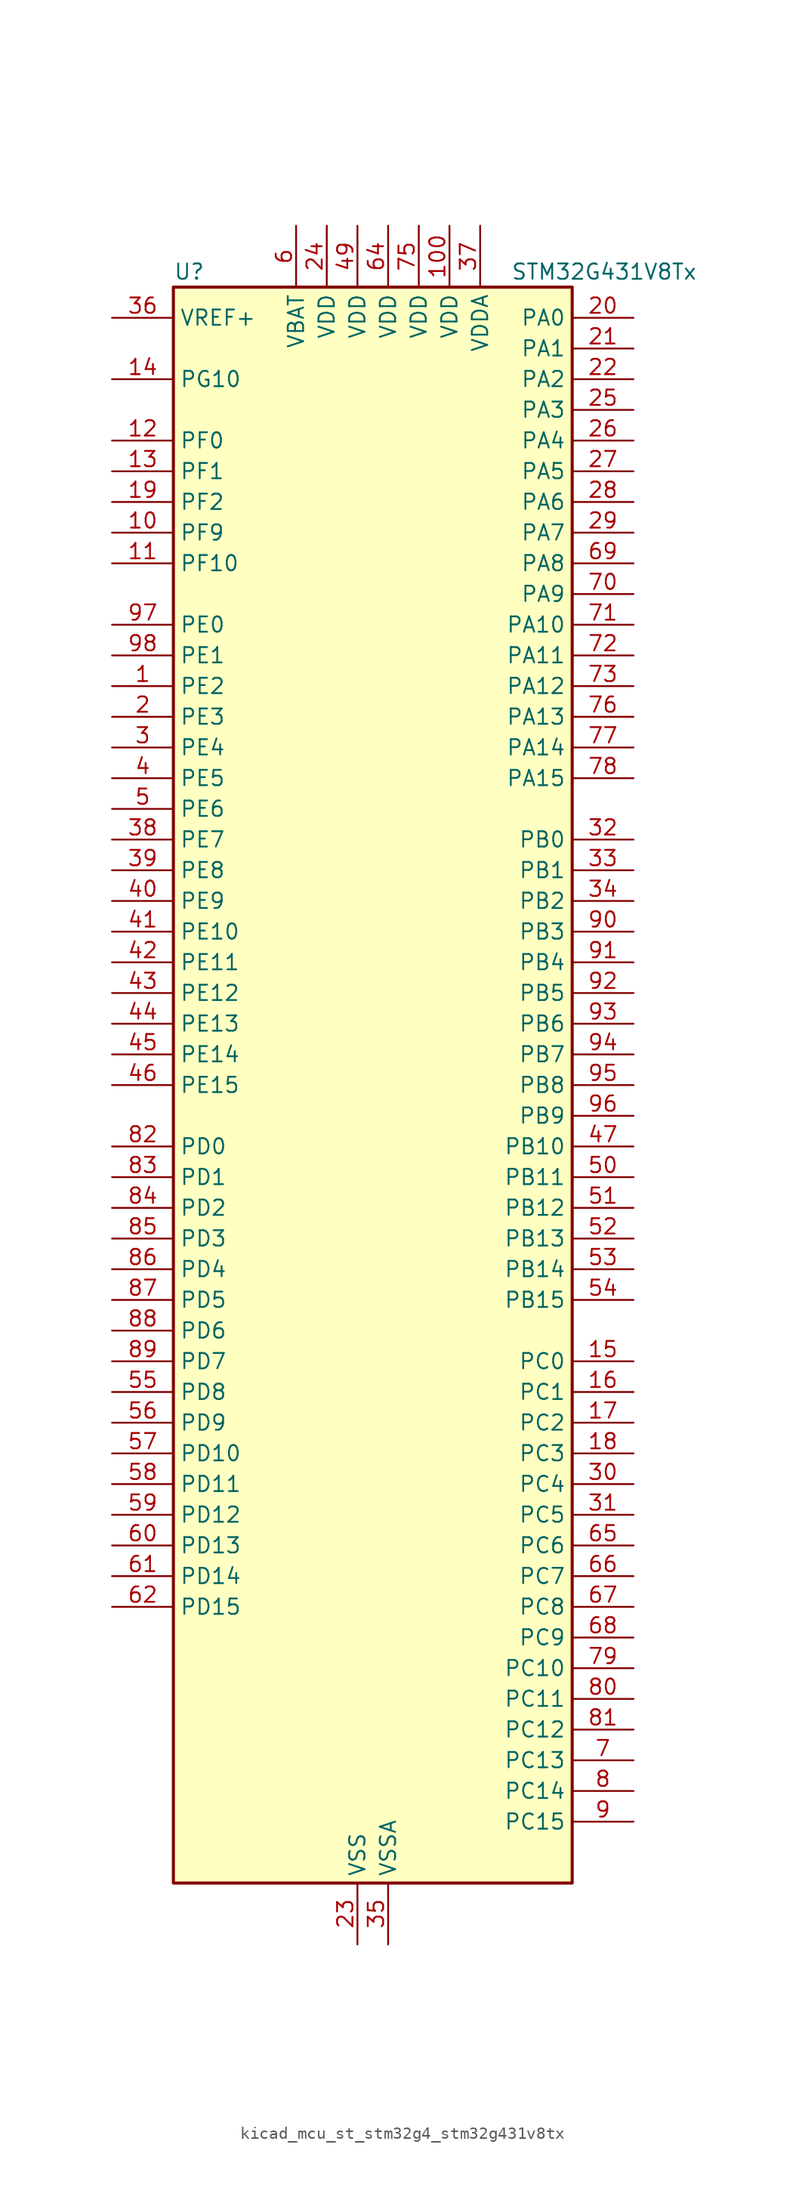
<source format=kicad_sym>
(kicad_symbol_lib
  (version 20220914)
  (generator kicad_symbol_editor)
  (symbol "kicad_mcu_st_stm32g4_stm32g431v8tx"
    (property "Reference" "U"
      (at -15.24 67.31 0)
      (effects (font (size 1.27 1.27)) (justify left)))
    (property "Value" "STM32G431V8Tx"
      (at 12.7 67.31 0)
      (effects (font (size 1.27 1.27)) (justify left)))
    (property "ki_locked" ""
      (at 0 0 0)
      (effects (font (size 1.27 1.27))))
    (symbol "kicad_mcu_st_stm32g4_stm32g431v8tx_0_1"
      (rectangle (start -15.24 -66.04) (end 17.78 66.04) (stroke (width 0.254) (type default)) (fill (type background))))
    (symbol "kicad_mcu_st_stm32g4_stm32g431v8tx_1_1"
      (pin bidirectional line (at -20.32 33.02 0) (length 5.08) (name "PE2" (effects (font (size 1.27 1.27)))) (number "1" (effects (font (size 1.27 1.27)))) (alternate "SAI1_CK1" bidirectional line) (alternate "SAI1_MCLK_A" bidirectional line) (alternate "SYS_TRACECLK" bidirectional line) (alternate "TIM3_CH1" bidirectional line))
      (pin bidirectional line (at -20.32 45.72 0) (length 5.08) (name "PF9" (effects (font (size 1.27 1.27)))) (number "10" (effects (font (size 1.27 1.27)))) (alternate "DAC1_EXTI9" bidirectional line) (alternate "DAC3_EXTI9" bidirectional line) (alternate "SAI1_FS_B" bidirectional line) (alternate "SPI2_SCK" bidirectional line) (alternate "TIM15_CH1" bidirectional line))
      (pin power_in line (at 7.62 71.12 270) (length 5.08) (name "VDD" (effects (font (size 1.27 1.27)))) (number "100" (effects (font (size 1.27 1.27)))))
      (pin bidirectional line (at -20.32 43.18 0) (length 5.08) (name "PF10" (effects (font (size 1.27 1.27)))) (number "11" (effects (font (size 1.27 1.27)))) (alternate "DAC1_EXTI10" bidirectional line) (alternate "DAC3_EXTI10" bidirectional line) (alternate "SAI1_D3" bidirectional line) (alternate "SPI2_SCK" bidirectional line) (alternate "TIM15_CH2" bidirectional line))
      (pin bidirectional line (at -20.32 53.34 0) (length 5.08) (name "PF0" (effects (font (size 1.27 1.27)))) (number "12" (effects (font (size 1.27 1.27)))) (alternate "ADC1_IN10" bidirectional line) (alternate "I2C2_SDA" bidirectional line) (alternate "I2S2_WS" bidirectional line) (alternate "RCC_OSC_IN" bidirectional line) (alternate "SPI2_NSS" bidirectional line) (alternate "TIM1_CH3N" bidirectional line))
      (pin bidirectional line (at -20.32 50.8 0) (length 5.08) (name "PF1" (effects (font (size 1.27 1.27)))) (number "13" (effects (font (size 1.27 1.27)))) (alternate "ADC2_IN10" bidirectional line) (alternate "COMP3_INM" bidirectional line) (alternate "I2S2_CK" bidirectional line) (alternate "RCC_OSC_OUT" bidirectional line) (alternate "SPI2_SCK" bidirectional line))
      (pin bidirectional line (at -20.32 58.42 0) (length 5.08) (name "PG10" (effects (font (size 1.27 1.27)))) (number "14" (effects (font (size 1.27 1.27)))) (alternate "DAC1_EXTI10" bidirectional line) (alternate "DAC3_EXTI10" bidirectional line) (alternate "RCC_MCO" bidirectional line))
      (pin bidirectional line (at 22.86 -22.86 180) (length 5.08) (name "PC0" (effects (font (size 1.27 1.27)))) (number "15" (effects (font (size 1.27 1.27)))) (alternate "ADC1_IN6" bidirectional line) (alternate "ADC2_IN6" bidirectional line) (alternate "COMP3_INM" bidirectional line) (alternate "LPTIM1_IN1" bidirectional line) (alternate "LPUART1_RX" bidirectional line) (alternate "TIM1_CH1" bidirectional line))
      (pin bidirectional line (at 22.86 -25.4 180) (length 5.08) (name "PC1" (effects (font (size 1.27 1.27)))) (number "16" (effects (font (size 1.27 1.27)))) (alternate "ADC1_IN7" bidirectional line) (alternate "ADC2_IN7" bidirectional line) (alternate "COMP3_INP" bidirectional line) (alternate "LPTIM1_OUT" bidirectional line) (alternate "LPUART1_TX" bidirectional line) (alternate "SAI1_SD_A" bidirectional line) (alternate "TIM1_CH2" bidirectional line))
      (pin bidirectional line (at 22.86 -27.94 180) (length 5.08) (name "PC2" (effects (font (size 1.27 1.27)))) (number "17" (effects (font (size 1.27 1.27)))) (alternate "ADC1_IN8" bidirectional line) (alternate "ADC2_IN8" bidirectional line) (alternate "COMP3_OUT" bidirectional line) (alternate "LPTIM1_IN2" bidirectional line) (alternate "TIM1_CH3" bidirectional line))
      (pin bidirectional line (at 22.86 -30.48 180) (length 5.08) (name "PC3" (effects (font (size 1.27 1.27)))) (number "18" (effects (font (size 1.27 1.27)))) (alternate "ADC1_IN9" bidirectional line) (alternate "ADC2_IN9" bidirectional line) (alternate "LPTIM1_ETR" bidirectional line) (alternate "SAI1_D1" bidirectional line) (alternate "SAI1_SD_A" bidirectional line) (alternate "TIM1_BKIN2" bidirectional line) (alternate "TIM1_CH4" bidirectional line))
      (pin bidirectional line (at -20.32 48.26 0) (length 5.08) (name "PF2" (effects (font (size 1.27 1.27)))) (number "19" (effects (font (size 1.27 1.27)))) (alternate "I2C2_SMBA" bidirectional line))
      (pin bidirectional line (at -20.32 30.48 0) (length 5.08) (name "PE3" (effects (font (size 1.27 1.27)))) (number "2" (effects (font (size 1.27 1.27)))) (alternate "SAI1_SD_B" bidirectional line) (alternate "SYS_TRACED0" bidirectional line) (alternate "TIM3_CH2" bidirectional line))
      (pin bidirectional line (at 22.86 63.5 180) (length 5.08) (name "PA0" (effects (font (size 1.27 1.27)))) (number "20" (effects (font (size 1.27 1.27)))) (alternate "ADC1_IN1" bidirectional line) (alternate "ADC2_IN1" bidirectional line) (alternate "COMP1_INM" bidirectional line) (alternate "COMP1_OUT" bidirectional line) (alternate "COMP3_INP" bidirectional line) (alternate "RTC_TAMP2" bidirectional line) (alternate "SYS_WKUP1" bidirectional line) (alternate "TIM2_CH1" bidirectional line) (alternate "TIM2_ETR" bidirectional line) (alternate "TIM8_BKIN" bidirectional line) (alternate "TIM8_ETR" bidirectional line) (alternate "USART2_CTS" bidirectional line) (alternate "USART2_NSS" bidirectional line))
      (pin bidirectional line (at 22.86 60.96 180) (length 5.08) (name "PA1" (effects (font (size 1.27 1.27)))) (number "21" (effects (font (size 1.27 1.27)))) (alternate "ADC1_IN2" bidirectional line) (alternate "ADC2_IN2" bidirectional line) (alternate "COMP1_INP" bidirectional line) (alternate "OPAMP1_VINP" bidirectional line) (alternate "OPAMP1_VINP_SEC" bidirectional line) (alternate "OPAMP3_VINP" bidirectional line) (alternate "OPAMP3_VINP_SEC" bidirectional line) (alternate "RTC_REFIN" bidirectional line) (alternate "TIM15_CH1N" bidirectional line) (alternate "TIM2_CH2" bidirectional line) (alternate "USART2_DE" bidirectional line) (alternate "USART2_RTS" bidirectional line))
      (pin bidirectional line (at 22.86 58.42 180) (length 5.08) (name "PA2" (effects (font (size 1.27 1.27)))) (number "22" (effects (font (size 1.27 1.27)))) (alternate "ADC1_IN3" bidirectional line) (alternate "COMP2_INM" bidirectional line) (alternate "COMP2_OUT" bidirectional line) (alternate "LPUART1_TX" bidirectional line) (alternate "OPAMP1_VOUT" bidirectional line) (alternate "RCC_LSCO" bidirectional line) (alternate "SYS_WKUP4" bidirectional line) (alternate "TIM15_CH1" bidirectional line) (alternate "TIM2_CH3" bidirectional line) (alternate "UCPD1_FRSTX1" bidirectional line) (alternate "UCPD1_FRSTX2" bidirectional line) (alternate "USART2_TX" bidirectional line))
      (pin power_in line (at 0 -71.12 90) (length 5.08) (name "VSS" (effects (font (size 1.27 1.27)))) (number "23" (effects (font (size 1.27 1.27)))))
      (pin power_in line (at -2.54 71.12 270) (length 5.08) (name "VDD" (effects (font (size 1.27 1.27)))) (number "24" (effects (font (size 1.27 1.27)))))
      (pin bidirectional line (at 22.86 55.88 180) (length 5.08) (name "PA3" (effects (font (size 1.27 1.27)))) (number "25" (effects (font (size 1.27 1.27)))) (alternate "ADC1_IN4" bidirectional line) (alternate "COMP2_INP" bidirectional line) (alternate "LPUART1_RX" bidirectional line) (alternate "OPAMP1_VINM" bidirectional line) (alternate "OPAMP1_VINM0" bidirectional line) (alternate "OPAMP1_VINM_SEC" bidirectional line) (alternate "OPAMP1_VINP" bidirectional line) (alternate "OPAMP1_VINP_SEC" bidirectional line) (alternate "SAI1_CK1" bidirectional line) (alternate "SAI1_MCLK_A" bidirectional line) (alternate "TIM15_CH2" bidirectional line) (alternate "TIM2_CH4" bidirectional line) (alternate "USART2_RX" bidirectional line))
      (pin bidirectional line (at 22.86 53.34 180) (length 5.08) (name "PA4" (effects (font (size 1.27 1.27)))) (number "26" (effects (font (size 1.27 1.27)))) (alternate "ADC2_IN17" bidirectional line) (alternate "COMP1_INM" bidirectional line) (alternate "DAC1_OUT1" bidirectional line) (alternate "I2S3_WS" bidirectional line) (alternate "SAI1_FS_B" bidirectional line) (alternate "SPI1_NSS" bidirectional line) (alternate "SPI3_NSS" bidirectional line) (alternate "TIM3_CH2" bidirectional line) (alternate "USART2_CK" bidirectional line))
      (pin bidirectional line (at 22.86 50.8 180) (length 5.08) (name "PA5" (effects (font (size 1.27 1.27)))) (number "27" (effects (font (size 1.27 1.27)))) (alternate "ADC2_IN13" bidirectional line) (alternate "COMP2_INM" bidirectional line) (alternate "DAC1_OUT2" bidirectional line) (alternate "OPAMP2_VINM" bidirectional line) (alternate "OPAMP2_VINM0" bidirectional line) (alternate "OPAMP2_VINM_SEC" bidirectional line) (alternate "SPI1_SCK" bidirectional line) (alternate "TIM2_CH1" bidirectional line) (alternate "TIM2_ETR" bidirectional line) (alternate "UCPD1_FRSTX1" bidirectional line) (alternate "UCPD1_FRSTX2" bidirectional line))
      (pin bidirectional line (at 22.86 48.26 180) (length 5.08) (name "PA6" (effects (font (size 1.27 1.27)))) (number "28" (effects (font (size 1.27 1.27)))) (alternate "ADC2_IN3" bidirectional line) (alternate "COMP1_OUT" bidirectional line) (alternate "LPUART1_CTS" bidirectional line) (alternate "OPAMP2_VOUT" bidirectional line) (alternate "SPI1_MISO" bidirectional line) (alternate "TIM16_CH1" bidirectional line) (alternate "TIM1_BKIN" bidirectional line) (alternate "TIM3_CH1" bidirectional line) (alternate "TIM8_BKIN" bidirectional line))
      (pin bidirectional line (at 22.86 45.72 180) (length 5.08) (name "PA7" (effects (font (size 1.27 1.27)))) (number "29" (effects (font (size 1.27 1.27)))) (alternate "ADC2_IN4" bidirectional line) (alternate "COMP2_INP" bidirectional line) (alternate "COMP2_OUT" bidirectional line) (alternate "OPAMP1_VINP" bidirectional line) (alternate "OPAMP1_VINP_SEC" bidirectional line) (alternate "OPAMP2_VINP" bidirectional line) (alternate "OPAMP2_VINP_SEC" bidirectional line) (alternate "SPI1_MOSI" bidirectional line) (alternate "TIM17_CH1" bidirectional line) (alternate "TIM1_CH1N" bidirectional line) (alternate "TIM3_CH2" bidirectional line) (alternate "TIM8_CH1N" bidirectional line) (alternate "UCPD1_FRSTX1" bidirectional line) (alternate "UCPD1_FRSTX2" bidirectional line))
      (pin bidirectional line (at -20.32 27.94 0) (length 5.08) (name "PE4" (effects (font (size 1.27 1.27)))) (number "3" (effects (font (size 1.27 1.27)))) (alternate "SAI1_D2" bidirectional line) (alternate "SAI1_FS_A" bidirectional line) (alternate "SYS_TRACED1" bidirectional line) (alternate "TIM3_CH3" bidirectional line))
      (pin bidirectional line (at 22.86 -33.02 180) (length 5.08) (name "PC4" (effects (font (size 1.27 1.27)))) (number "30" (effects (font (size 1.27 1.27)))) (alternate "ADC2_IN5" bidirectional line) (alternate "I2C2_SCL" bidirectional line) (alternate "TIM1_ETR" bidirectional line) (alternate "USART1_TX" bidirectional line))
      (pin bidirectional line (at 22.86 -35.56 180) (length 5.08) (name "PC5" (effects (font (size 1.27 1.27)))) (number "31" (effects (font (size 1.27 1.27)))) (alternate "ADC2_IN11" bidirectional line) (alternate "OPAMP1_VINM" bidirectional line) (alternate "OPAMP1_VINM1" bidirectional line) (alternate "OPAMP1_VINM_SEC" bidirectional line) (alternate "OPAMP2_VINM" bidirectional line) (alternate "OPAMP2_VINM1" bidirectional line) (alternate "OPAMP2_VINM_SEC" bidirectional line) (alternate "SAI1_D3" bidirectional line) (alternate "SYS_WKUP5" bidirectional line) (alternate "TIM15_BKIN" bidirectional line) (alternate "TIM1_CH4N" bidirectional line) (alternate "USART1_RX" bidirectional line))
      (pin bidirectional line (at 22.86 20.32 180) (length 5.08) (name "PB0" (effects (font (size 1.27 1.27)))) (number "32" (effects (font (size 1.27 1.27)))) (alternate "ADC1_IN15" bidirectional line) (alternate "COMP4_INP" bidirectional line) (alternate "OPAMP2_VINP" bidirectional line) (alternate "OPAMP2_VINP_SEC" bidirectional line) (alternate "OPAMP3_VINP" bidirectional line) (alternate "OPAMP3_VINP_SEC" bidirectional line) (alternate "TIM1_CH2N" bidirectional line) (alternate "TIM3_CH3" bidirectional line) (alternate "TIM8_CH2N" bidirectional line) (alternate "UCPD1_FRSTX1" bidirectional line) (alternate "UCPD1_FRSTX2" bidirectional line))
      (pin bidirectional line (at 22.86 17.78 180) (length 5.08) (name "PB1" (effects (font (size 1.27 1.27)))) (number "33" (effects (font (size 1.27 1.27)))) (alternate "ADC1_IN12" bidirectional line) (alternate "COMP1_INP" bidirectional line) (alternate "COMP4_OUT" bidirectional line) (alternate "LPUART1_DE" bidirectional line) (alternate "LPUART1_RTS" bidirectional line) (alternate "OPAMP3_VOUT" bidirectional line) (alternate "TIM1_CH3N" bidirectional line) (alternate "TIM3_CH4" bidirectional line) (alternate "TIM8_CH3N" bidirectional line))
      (pin bidirectional line (at 22.86 15.24 180) (length 5.08) (name "PB2" (effects (font (size 1.27 1.27)))) (number "34" (effects (font (size 1.27 1.27)))) (alternate "ADC2_IN12" bidirectional line) (alternate "COMP4_INM" bidirectional line) (alternate "I2C3_SMBA" bidirectional line) (alternate "LPTIM1_OUT" bidirectional line) (alternate "OPAMP3_VINM" bidirectional line) (alternate "OPAMP3_VINM0" bidirectional line) (alternate "OPAMP3_VINM_SEC" bidirectional line) (alternate "RTC_OUT2" bidirectional line))
      (pin power_in line (at 2.54 -71.12 90) (length 5.08) (name "VSSA" (effects (font (size 1.27 1.27)))) (number "35" (effects (font (size 1.27 1.27)))))
      (pin input line (at -20.32 63.5 0) (length 5.08) (name "VREF+" (effects (font (size 1.27 1.27)))) (number "36" (effects (font (size 1.27 1.27)))) (alternate "VREFBUF_OUT" bidirectional line))
      (pin power_in line (at 10.16 71.12 270) (length 5.08) (name "VDDA" (effects (font (size 1.27 1.27)))) (number "37" (effects (font (size 1.27 1.27)))))
      (pin bidirectional line (at -20.32 20.32 0) (length 5.08) (name "PE7" (effects (font (size 1.27 1.27)))) (number "38" (effects (font (size 1.27 1.27)))) (alternate "COMP4_INP" bidirectional line) (alternate "SAI1_SD_B" bidirectional line) (alternate "TIM1_ETR" bidirectional line))
      (pin bidirectional line (at -20.32 17.78 0) (length 5.08) (name "PE8" (effects (font (size 1.27 1.27)))) (number "39" (effects (font (size 1.27 1.27)))) (alternate "COMP4_INM" bidirectional line) (alternate "SAI1_SCK_B" bidirectional line) (alternate "TIM1_CH1N" bidirectional line))
      (pin bidirectional line (at -20.32 25.4 0) (length 5.08) (name "PE5" (effects (font (size 1.27 1.27)))) (number "4" (effects (font (size 1.27 1.27)))) (alternate "SAI1_CK2" bidirectional line) (alternate "SAI1_SCK_A" bidirectional line) (alternate "SYS_TRACED2" bidirectional line) (alternate "TIM3_CH4" bidirectional line))
      (pin bidirectional line (at -20.32 15.24 0) (length 5.08) (name "PE9" (effects (font (size 1.27 1.27)))) (number "40" (effects (font (size 1.27 1.27)))) (alternate "DAC1_EXTI9" bidirectional line) (alternate "DAC3_EXTI9" bidirectional line) (alternate "SAI1_FS_B" bidirectional line) (alternate "TIM1_CH1" bidirectional line))
      (pin bidirectional line (at -20.32 12.7 0) (length 5.08) (name "PE10" (effects (font (size 1.27 1.27)))) (number "41" (effects (font (size 1.27 1.27)))) (alternate "DAC1_EXTI10" bidirectional line) (alternate "DAC3_EXTI10" bidirectional line) (alternate "SAI1_MCLK_B" bidirectional line) (alternate "TIM1_CH2N" bidirectional line))
      (pin bidirectional line (at -20.32 10.16 0) (length 5.08) (name "PE11" (effects (font (size 1.27 1.27)))) (number "42" (effects (font (size 1.27 1.27)))) (alternate "ADC1_EXTI11" bidirectional line) (alternate "ADC2_EXTI11" bidirectional line) (alternate "TIM1_CH2" bidirectional line))
      (pin bidirectional line (at -20.32 7.62 0) (length 5.08) (name "PE12" (effects (font (size 1.27 1.27)))) (number "43" (effects (font (size 1.27 1.27)))) (alternate "TIM1_CH3N" bidirectional line))
      (pin bidirectional line (at -20.32 5.08 0) (length 5.08) (name "PE13" (effects (font (size 1.27 1.27)))) (number "44" (effects (font (size 1.27 1.27)))) (alternate "TIM1_CH3" bidirectional line))
      (pin bidirectional line (at -20.32 2.54 0) (length 5.08) (name "PE14" (effects (font (size 1.27 1.27)))) (number "45" (effects (font (size 1.27 1.27)))) (alternate "TIM1_BKIN2" bidirectional line) (alternate "TIM1_CH4" bidirectional line))
      (pin bidirectional line (at -20.32 0 0) (length 5.08) (name "PE15" (effects (font (size 1.27 1.27)))) (number "46" (effects (font (size 1.27 1.27)))) (alternate "ADC1_EXTI15" bidirectional line) (alternate "ADC2_EXTI15" bidirectional line) (alternate "TIM1_BKIN" bidirectional line) (alternate "TIM1_CH4N" bidirectional line) (alternate "USART3_RX" bidirectional line))
      (pin bidirectional line (at 22.86 -5.08 180) (length 5.08) (name "PB10" (effects (font (size 1.27 1.27)))) (number "47" (effects (font (size 1.27 1.27)))) (alternate "DAC1_EXTI10" bidirectional line) (alternate "DAC3_EXTI10" bidirectional line) (alternate "LPUART1_RX" bidirectional line) (alternate "OPAMP3_VINM" bidirectional line) (alternate "OPAMP3_VINM1" bidirectional line) (alternate "OPAMP3_VINM_SEC" bidirectional line) (alternate "SAI1_SCK_A" bidirectional line) (alternate "TIM1_BKIN" bidirectional line) (alternate "TIM2_CH3" bidirectional line) (alternate "USART3_TX" bidirectional line))
      (pin passive line (at 0 -71.12 90) (length 5.08) hide (name "VSS" (effects (font (size 1.27 1.27)))) (number "48" (effects (font (size 1.27 1.27)))))
      (pin power_in line (at 0 71.12 270) (length 5.08) (name "VDD" (effects (font (size 1.27 1.27)))) (number "49" (effects (font (size 1.27 1.27)))))
      (pin bidirectional line (at -20.32 22.86 0) (length 5.08) (name "PE6" (effects (font (size 1.27 1.27)))) (number "5" (effects (font (size 1.27 1.27)))) (alternate "RTC_TAMP3" bidirectional line) (alternate "SAI1_D1" bidirectional line) (alternate "SAI1_SD_A" bidirectional line) (alternate "SYS_TRACED3" bidirectional line) (alternate "SYS_WKUP3" bidirectional line))
      (pin bidirectional line (at 22.86 -7.62 180) (length 5.08) (name "PB11" (effects (font (size 1.27 1.27)))) (number "50" (effects (font (size 1.27 1.27)))) (alternate "ADC1_EXTI11" bidirectional line) (alternate "ADC1_IN14" bidirectional line) (alternate "ADC2_EXTI11" bidirectional line) (alternate "ADC2_IN14" bidirectional line) (alternate "LPUART1_TX" bidirectional line) (alternate "TIM2_CH4" bidirectional line) (alternate "USART3_RX" bidirectional line))
      (pin bidirectional line (at 22.86 -10.16 180) (length 5.08) (name "PB12" (effects (font (size 1.27 1.27)))) (number "51" (effects (font (size 1.27 1.27)))) (alternate "ADC1_IN11" bidirectional line) (alternate "I2C2_SMBA" bidirectional line) (alternate "I2S2_WS" bidirectional line) (alternate "LPUART1_DE" bidirectional line) (alternate "LPUART1_RTS" bidirectional line) (alternate "SPI2_NSS" bidirectional line) (alternate "TIM1_BKIN" bidirectional line) (alternate "USART3_CK" bidirectional line))
      (pin bidirectional line (at 22.86 -12.7 180) (length 5.08) (name "PB13" (effects (font (size 1.27 1.27)))) (number "52" (effects (font (size 1.27 1.27)))) (alternate "I2S2_CK" bidirectional line) (alternate "LPUART1_CTS" bidirectional line) (alternate "OPAMP3_VINP" bidirectional line) (alternate "OPAMP3_VINP_SEC" bidirectional line) (alternate "SPI2_SCK" bidirectional line) (alternate "TIM1_CH1N" bidirectional line) (alternate "USART3_CTS" bidirectional line) (alternate "USART3_NSS" bidirectional line))
      (pin bidirectional line (at 22.86 -15.24 180) (length 5.08) (name "PB14" (effects (font (size 1.27 1.27)))) (number "53" (effects (font (size 1.27 1.27)))) (alternate "ADC1_IN5" bidirectional line) (alternate "COMP4_OUT" bidirectional line) (alternate "OPAMP2_VINP" bidirectional line) (alternate "OPAMP2_VINP_SEC" bidirectional line) (alternate "SPI2_MISO" bidirectional line) (alternate "TIM15_CH1" bidirectional line) (alternate "TIM1_CH2N" bidirectional line) (alternate "USART3_DE" bidirectional line) (alternate "USART3_RTS" bidirectional line))
      (pin bidirectional line (at 22.86 -17.78 180) (length 5.08) (name "PB15" (effects (font (size 1.27 1.27)))) (number "54" (effects (font (size 1.27 1.27)))) (alternate "ADC1_EXTI15" bidirectional line) (alternate "ADC2_EXTI15" bidirectional line) (alternate "ADC2_IN15" bidirectional line) (alternate "COMP3_OUT" bidirectional line) (alternate "I2S2_SD" bidirectional line) (alternate "RTC_REFIN" bidirectional line) (alternate "SPI2_MOSI" bidirectional line) (alternate "TIM15_CH1N" bidirectional line) (alternate "TIM15_CH2" bidirectional line) (alternate "TIM1_CH3N" bidirectional line))
      (pin bidirectional line (at -20.32 -25.4 0) (length 5.08) (name "PD8" (effects (font (size 1.27 1.27)))) (number "55" (effects (font (size 1.27 1.27)))) (alternate "USART3_TX" bidirectional line))
      (pin bidirectional line (at -20.32 -27.94 0) (length 5.08) (name "PD9" (effects (font (size 1.27 1.27)))) (number "56" (effects (font (size 1.27 1.27)))) (alternate "DAC1_EXTI9" bidirectional line) (alternate "DAC3_EXTI9" bidirectional line) (alternate "USART3_RX" bidirectional line))
      (pin bidirectional line (at -20.32 -30.48 0) (length 5.08) (name "PD10" (effects (font (size 1.27 1.27)))) (number "57" (effects (font (size 1.27 1.27)))) (alternate "DAC1_EXTI10" bidirectional line) (alternate "DAC3_EXTI10" bidirectional line) (alternate "USART3_CK" bidirectional line))
      (pin bidirectional line (at -20.32 -33.02 0) (length 5.08) (name "PD11" (effects (font (size 1.27 1.27)))) (number "58" (effects (font (size 1.27 1.27)))) (alternate "ADC1_EXTI11" bidirectional line) (alternate "ADC2_EXTI11" bidirectional line) (alternate "USART3_CTS" bidirectional line) (alternate "USART3_NSS" bidirectional line))
      (pin bidirectional line (at -20.32 -35.56 0) (length 5.08) (name "PD12" (effects (font (size 1.27 1.27)))) (number "59" (effects (font (size 1.27 1.27)))) (alternate "TIM4_CH1" bidirectional line) (alternate "USART3_DE" bidirectional line) (alternate "USART3_RTS" bidirectional line))
      (pin power_in line (at -5.08 71.12 270) (length 5.08) (name "VBAT" (effects (font (size 1.27 1.27)))) (number "6" (effects (font (size 1.27 1.27)))))
      (pin bidirectional line (at -20.32 -38.1 0) (length 5.08) (name "PD13" (effects (font (size 1.27 1.27)))) (number "60" (effects (font (size 1.27 1.27)))) (alternate "TIM4_CH2" bidirectional line))
      (pin bidirectional line (at -20.32 -40.64 0) (length 5.08) (name "PD14" (effects (font (size 1.27 1.27)))) (number "61" (effects (font (size 1.27 1.27)))) (alternate "OPAMP2_VINP" bidirectional line) (alternate "OPAMP2_VINP_SEC" bidirectional line) (alternate "TIM4_CH3" bidirectional line))
      (pin bidirectional line (at -20.32 -43.18 0) (length 5.08) (name "PD15" (effects (font (size 1.27 1.27)))) (number "62" (effects (font (size 1.27 1.27)))) (alternate "ADC1_EXTI15" bidirectional line) (alternate "ADC2_EXTI15" bidirectional line) (alternate "SPI2_NSS" bidirectional line) (alternate "TIM4_CH4" bidirectional line))
      (pin passive line (at 0 -71.12 90) (length 5.08) hide (name "VSS" (effects (font (size 1.27 1.27)))) (number "63" (effects (font (size 1.27 1.27)))))
      (pin power_in line (at 2.54 71.12 270) (length 5.08) (name "VDD" (effects (font (size 1.27 1.27)))) (number "64" (effects (font (size 1.27 1.27)))))
      (pin bidirectional line (at 22.86 -38.1 180) (length 5.08) (name "PC6" (effects (font (size 1.27 1.27)))) (number "65" (effects (font (size 1.27 1.27)))) (alternate "I2S2_MCK" bidirectional line) (alternate "TIM3_CH1" bidirectional line) (alternate "TIM8_CH1" bidirectional line))
      (pin bidirectional line (at 22.86 -40.64 180) (length 5.08) (name "PC7" (effects (font (size 1.27 1.27)))) (number "66" (effects (font (size 1.27 1.27)))) (alternate "I2S3_MCK" bidirectional line) (alternate "TIM3_CH2" bidirectional line) (alternate "TIM8_CH2" bidirectional line))
      (pin bidirectional line (at 22.86 -43.18 180) (length 5.08) (name "PC8" (effects (font (size 1.27 1.27)))) (number "67" (effects (font (size 1.27 1.27)))) (alternate "I2C3_SCL" bidirectional line) (alternate "TIM3_CH3" bidirectional line) (alternate "TIM8_CH3" bidirectional line))
      (pin bidirectional line (at 22.86 -45.72 180) (length 5.08) (name "PC9" (effects (font (size 1.27 1.27)))) (number "68" (effects (font (size 1.27 1.27)))) (alternate "DAC1_EXTI9" bidirectional line) (alternate "DAC3_EXTI9" bidirectional line) (alternate "I2C3_SDA" bidirectional line) (alternate "I2S_CKIN" bidirectional line) (alternate "TIM3_CH4" bidirectional line) (alternate "TIM8_BKIN2" bidirectional line) (alternate "TIM8_CH4" bidirectional line))
      (pin bidirectional line (at 22.86 43.18 180) (length 5.08) (name "PA8" (effects (font (size 1.27 1.27)))) (number "69" (effects (font (size 1.27 1.27)))) (alternate "I2C2_SDA" bidirectional line) (alternate "I2C3_SCL" bidirectional line) (alternate "I2S2_MCK" bidirectional line) (alternate "RCC_MCO" bidirectional line) (alternate "SAI1_CK2" bidirectional line) (alternate "SAI1_SCK_A" bidirectional line) (alternate "TIM1_CH1" bidirectional line) (alternate "TIM4_ETR" bidirectional line) (alternate "USART1_CK" bidirectional line))
      (pin bidirectional line (at 22.86 -55.88 180) (length 5.08) (name "PC13" (effects (font (size 1.27 1.27)))) (number "7" (effects (font (size 1.27 1.27)))) (alternate "RTC_OUT1" bidirectional line) (alternate "RTC_TAMP1" bidirectional line) (alternate "RTC_TS" bidirectional line) (alternate "SYS_WKUP2" bidirectional line) (alternate "TIM1_BKIN" bidirectional line) (alternate "TIM1_CH1N" bidirectional line) (alternate "TIM8_CH4N" bidirectional line))
      (pin bidirectional line (at 22.86 40.64 180) (length 5.08) (name "PA9" (effects (font (size 1.27 1.27)))) (number "70" (effects (font (size 1.27 1.27)))) (alternate "DAC1_EXTI9" bidirectional line) (alternate "DAC3_EXTI9" bidirectional line) (alternate "I2C2_SCL" bidirectional line) (alternate "I2C3_SMBA" bidirectional line) (alternate "I2S3_MCK" bidirectional line) (alternate "SAI1_FS_A" bidirectional line) (alternate "TIM15_BKIN" bidirectional line) (alternate "TIM1_CH2" bidirectional line) (alternate "TIM2_CH3" bidirectional line) (alternate "UCPD1_DBCC1" bidirectional line) (alternate "USART1_TX" bidirectional line))
      (pin bidirectional line (at 22.86 38.1 180) (length 5.08) (name "PA10" (effects (font (size 1.27 1.27)))) (number "71" (effects (font (size 1.27 1.27)))) (alternate "CRS_SYNC" bidirectional line) (alternate "DAC1_EXTI10" bidirectional line) (alternate "DAC3_EXTI10" bidirectional line) (alternate "I2C2_SMBA" bidirectional line) (alternate "SAI1_D1" bidirectional line) (alternate "SAI1_SD_A" bidirectional line) (alternate "SPI2_MISO" bidirectional line) (alternate "TIM17_BKIN" bidirectional line) (alternate "TIM1_CH3" bidirectional line) (alternate "TIM2_CH4" bidirectional line) (alternate "TIM8_BKIN" bidirectional line) (alternate "UCPD1_DBCC2" bidirectional line) (alternate "USART1_RX" bidirectional line))
      (pin bidirectional line (at 22.86 35.56 180) (length 5.08) (name "PA11" (effects (font (size 1.27 1.27)))) (number "72" (effects (font (size 1.27 1.27)))) (alternate "ADC1_EXTI11" bidirectional line) (alternate "ADC2_EXTI11" bidirectional line) (alternate "COMP1_OUT" bidirectional line) (alternate "FDCAN1_RX" bidirectional line) (alternate "I2S2_SD" bidirectional line) (alternate "SPI2_MOSI" bidirectional line) (alternate "TIM1_BKIN2" bidirectional line) (alternate "TIM1_CH1N" bidirectional line) (alternate "TIM1_CH4" bidirectional line) (alternate "TIM4_CH1" bidirectional line) (alternate "USART1_CTS" bidirectional line) (alternate "USART1_NSS" bidirectional line) (alternate "USB_DM" bidirectional line))
      (pin bidirectional line (at 22.86 33.02 180) (length 5.08) (name "PA12" (effects (font (size 1.27 1.27)))) (number "73" (effects (font (size 1.27 1.27)))) (alternate "COMP2_OUT" bidirectional line) (alternate "FDCAN1_TX" bidirectional line) (alternate "I2S_CKIN" bidirectional line) (alternate "TIM16_CH1" bidirectional line) (alternate "TIM1_CH2N" bidirectional line) (alternate "TIM1_ETR" bidirectional line) (alternate "TIM4_CH2" bidirectional line) (alternate "USART1_DE" bidirectional line) (alternate "USART1_RTS" bidirectional line) (alternate "USB_DP" bidirectional line))
      (pin passive line (at 0 -71.12 90) (length 5.08) hide (name "VSS" (effects (font (size 1.27 1.27)))) (number "74" (effects (font (size 1.27 1.27)))))
      (pin power_in line (at 5.08 71.12 270) (length 5.08) (name "VDD" (effects (font (size 1.27 1.27)))) (number "75" (effects (font (size 1.27 1.27)))))
      (pin bidirectional line (at 22.86 30.48 180) (length 5.08) (name "PA13" (effects (font (size 1.27 1.27)))) (number "76" (effects (font (size 1.27 1.27)))) (alternate "I2C1_SCL" bidirectional line) (alternate "IR_OUT" bidirectional line) (alternate "SAI1_SD_B" bidirectional line) (alternate "SYS_JTMS-SWDIO" bidirectional line) (alternate "TIM16_CH1N" bidirectional line) (alternate "TIM4_CH3" bidirectional line) (alternate "USART3_CTS" bidirectional line) (alternate "USART3_NSS" bidirectional line))
      (pin bidirectional line (at 22.86 27.94 180) (length 5.08) (name "PA14" (effects (font (size 1.27 1.27)))) (number "77" (effects (font (size 1.27 1.27)))) (alternate "I2C1_SDA" bidirectional line) (alternate "LPTIM1_OUT" bidirectional line) (alternate "SAI1_FS_B" bidirectional line) (alternate "SYS_JTCK-SWCLK" bidirectional line) (alternate "TIM1_BKIN" bidirectional line) (alternate "TIM8_CH2" bidirectional line) (alternate "USART2_TX" bidirectional line))
      (pin bidirectional line (at 22.86 25.4 180) (length 5.08) (name "PA15" (effects (font (size 1.27 1.27)))) (number "78" (effects (font (size 1.27 1.27)))) (alternate "ADC1_EXTI15" bidirectional line) (alternate "ADC2_EXTI15" bidirectional line) (alternate "I2C1_SCL" bidirectional line) (alternate "I2S3_WS" bidirectional line) (alternate "SPI1_NSS" bidirectional line) (alternate "SPI3_NSS" bidirectional line) (alternate "SYS_JTDI" bidirectional line) (alternate "TIM1_BKIN" bidirectional line) (alternate "TIM2_CH1" bidirectional line) (alternate "TIM2_ETR" bidirectional line) (alternate "TIM8_CH1" bidirectional line) (alternate "UART4_DE" bidirectional line) (alternate "UART4_RTS" bidirectional line) (alternate "USART2_RX" bidirectional line))
      (pin bidirectional line (at 22.86 -48.26 180) (length 5.08) (name "PC10" (effects (font (size 1.27 1.27)))) (number "79" (effects (font (size 1.27 1.27)))) (alternate "DAC1_EXTI10" bidirectional line) (alternate "DAC3_EXTI10" bidirectional line) (alternate "I2S3_CK" bidirectional line) (alternate "SPI3_SCK" bidirectional line) (alternate "TIM8_CH1N" bidirectional line) (alternate "UART4_TX" bidirectional line) (alternate "USART3_TX" bidirectional line))
      (pin bidirectional line (at 22.86 -58.42 180) (length 5.08) (name "PC14" (effects (font (size 1.27 1.27)))) (number "8" (effects (font (size 1.27 1.27)))) (alternate "RCC_OSC32_IN" bidirectional line))
      (pin bidirectional line (at 22.86 -50.8 180) (length 5.08) (name "PC11" (effects (font (size 1.27 1.27)))) (number "80" (effects (font (size 1.27 1.27)))) (alternate "ADC1_EXTI11" bidirectional line) (alternate "ADC2_EXTI11" bidirectional line) (alternate "I2C3_SDA" bidirectional line) (alternate "SPI3_MISO" bidirectional line) (alternate "TIM8_CH2N" bidirectional line) (alternate "UART4_RX" bidirectional line) (alternate "USART3_RX" bidirectional line))
      (pin bidirectional line (at 22.86 -53.34 180) (length 5.08) (name "PC12" (effects (font (size 1.27 1.27)))) (number "81" (effects (font (size 1.27 1.27)))) (alternate "I2S3_SD" bidirectional line) (alternate "SPI3_MOSI" bidirectional line) (alternate "TIM8_CH3N" bidirectional line) (alternate "UCPD1_FRSTX1" bidirectional line) (alternate "UCPD1_FRSTX2" bidirectional line) (alternate "USART3_CK" bidirectional line))
      (pin bidirectional line (at -20.32 -5.08 0) (length 5.08) (name "PD0" (effects (font (size 1.27 1.27)))) (number "82" (effects (font (size 1.27 1.27)))) (alternate "FDCAN1_RX" bidirectional line) (alternate "TIM8_CH4N" bidirectional line))
      (pin bidirectional line (at -20.32 -7.62 0) (length 5.08) (name "PD1" (effects (font (size 1.27 1.27)))) (number "83" (effects (font (size 1.27 1.27)))) (alternate "FDCAN1_TX" bidirectional line) (alternate "TIM8_BKIN2" bidirectional line) (alternate "TIM8_CH4" bidirectional line))
      (pin bidirectional line (at -20.32 -10.16 0) (length 5.08) (name "PD2" (effects (font (size 1.27 1.27)))) (number "84" (effects (font (size 1.27 1.27)))) (alternate "TIM3_ETR" bidirectional line) (alternate "TIM8_BKIN" bidirectional line))
      (pin bidirectional line (at -20.32 -12.7 0) (length 5.08) (name "PD3" (effects (font (size 1.27 1.27)))) (number "85" (effects (font (size 1.27 1.27)))) (alternate "TIM2_CH1" bidirectional line) (alternate "TIM2_ETR" bidirectional line) (alternate "USART2_CTS" bidirectional line) (alternate "USART2_NSS" bidirectional line))
      (pin bidirectional line (at -20.32 -15.24 0) (length 5.08) (name "PD4" (effects (font (size 1.27 1.27)))) (number "86" (effects (font (size 1.27 1.27)))) (alternate "TIM2_CH2" bidirectional line) (alternate "USART2_DE" bidirectional line) (alternate "USART2_RTS" bidirectional line))
      (pin bidirectional line (at -20.32 -17.78 0) (length 5.08) (name "PD5" (effects (font (size 1.27 1.27)))) (number "87" (effects (font (size 1.27 1.27)))) (alternate "USART2_TX" bidirectional line))
      (pin bidirectional line (at -20.32 -20.32 0) (length 5.08) (name "PD6" (effects (font (size 1.27 1.27)))) (number "88" (effects (font (size 1.27 1.27)))) (alternate "SAI1_D1" bidirectional line) (alternate "SAI1_SD_A" bidirectional line) (alternate "TIM2_CH4" bidirectional line) (alternate "USART2_RX" bidirectional line))
      (pin bidirectional line (at -20.32 -22.86 0) (length 5.08) (name "PD7" (effects (font (size 1.27 1.27)))) (number "89" (effects (font (size 1.27 1.27)))) (alternate "TIM2_CH3" bidirectional line) (alternate "USART2_CK" bidirectional line))
      (pin bidirectional line (at 22.86 -60.96 180) (length 5.08) (name "PC15" (effects (font (size 1.27 1.27)))) (number "9" (effects (font (size 1.27 1.27)))) (alternate "ADC1_EXTI15" bidirectional line) (alternate "ADC2_EXTI15" bidirectional line) (alternate "RCC_OSC32_OUT" bidirectional line))
      (pin bidirectional line (at 22.86 12.7 180) (length 5.08) (name "PB3" (effects (font (size 1.27 1.27)))) (number "90" (effects (font (size 1.27 1.27)))) (alternate "CRS_SYNC" bidirectional line) (alternate "I2S3_CK" bidirectional line) (alternate "SAI1_SCK_B" bidirectional line) (alternate "SPI1_SCK" bidirectional line) (alternate "SPI3_SCK" bidirectional line) (alternate "SYS_JTDO-SWO" bidirectional line) (alternate "TIM2_CH2" bidirectional line) (alternate "TIM3_ETR" bidirectional line) (alternate "TIM4_ETR" bidirectional line) (alternate "TIM8_CH1N" bidirectional line) (alternate "USART2_TX" bidirectional line))
      (pin bidirectional line (at 22.86 10.16 180) (length 5.08) (name "PB4" (effects (font (size 1.27 1.27)))) (number "91" (effects (font (size 1.27 1.27)))) (alternate "SAI1_MCLK_B" bidirectional line) (alternate "SPI1_MISO" bidirectional line) (alternate "SPI3_MISO" bidirectional line) (alternate "SYS_JTRST" bidirectional line) (alternate "TIM16_CH1" bidirectional line) (alternate "TIM17_BKIN" bidirectional line) (alternate "TIM3_CH1" bidirectional line) (alternate "TIM8_CH2N" bidirectional line) (alternate "UCPD1_CC2" bidirectional line) (alternate "USART2_RX" bidirectional line))
      (pin bidirectional line (at 22.86 7.62 180) (length 5.08) (name "PB5" (effects (font (size 1.27 1.27)))) (number "92" (effects (font (size 1.27 1.27)))) (alternate "I2C1_SMBA" bidirectional line) (alternate "I2C3_SDA" bidirectional line) (alternate "I2S3_SD" bidirectional line) (alternate "LPTIM1_IN1" bidirectional line) (alternate "SAI1_SD_B" bidirectional line) (alternate "SPI1_MOSI" bidirectional line) (alternate "SPI3_MOSI" bidirectional line) (alternate "TIM16_BKIN" bidirectional line) (alternate "TIM17_CH1" bidirectional line) (alternate "TIM3_CH2" bidirectional line) (alternate "TIM8_CH3N" bidirectional line) (alternate "USART2_CK" bidirectional line))
      (pin bidirectional line (at 22.86 5.08 180) (length 5.08) (name "PB6" (effects (font (size 1.27 1.27)))) (number "93" (effects (font (size 1.27 1.27)))) (alternate "COMP4_OUT" bidirectional line) (alternate "LPTIM1_ETR" bidirectional line) (alternate "SAI1_FS_B" bidirectional line) (alternate "TIM16_CH1N" bidirectional line) (alternate "TIM4_CH1" bidirectional line) (alternate "TIM8_BKIN2" bidirectional line) (alternate "TIM8_CH1" bidirectional line) (alternate "TIM8_ETR" bidirectional line) (alternate "UCPD1_CC1" bidirectional line) (alternate "USART1_TX" bidirectional line))
      (pin bidirectional line (at 22.86 2.54 180) (length 5.08) (name "PB7" (effects (font (size 1.27 1.27)))) (number "94" (effects (font (size 1.27 1.27)))) (alternate "COMP3_OUT" bidirectional line) (alternate "I2C1_SDA" bidirectional line) (alternate "LPTIM1_IN2" bidirectional line) (alternate "SYS_PVD_IN" bidirectional line) (alternate "TIM17_CH1N" bidirectional line) (alternate "TIM3_CH4" bidirectional line) (alternate "TIM4_CH2" bidirectional line) (alternate "TIM8_BKIN" bidirectional line) (alternate "UART4_CTS" bidirectional line) (alternate "USART1_RX" bidirectional line))
      (pin bidirectional line (at 22.86 0 180) (length 5.08) (name "PB8" (effects (font (size 1.27 1.27)))) (number "95" (effects (font (size 1.27 1.27)))) (alternate "COMP1_OUT" bidirectional line) (alternate "FDCAN1_RX" bidirectional line) (alternate "I2C1_SCL" bidirectional line) (alternate "SAI1_CK1" bidirectional line) (alternate "SAI1_MCLK_A" bidirectional line) (alternate "TIM16_CH1" bidirectional line) (alternate "TIM1_BKIN" bidirectional line) (alternate "TIM4_CH3" bidirectional line) (alternate "TIM8_CH2" bidirectional line) (alternate "USART3_RX" bidirectional line))
      (pin bidirectional line (at 22.86 -2.54 180) (length 5.08) (name "PB9" (effects (font (size 1.27 1.27)))) (number "96" (effects (font (size 1.27 1.27)))) (alternate "COMP2_OUT" bidirectional line) (alternate "DAC1_EXTI9" bidirectional line) (alternate "DAC3_EXTI9" bidirectional line) (alternate "FDCAN1_TX" bidirectional line) (alternate "I2C1_SDA" bidirectional line) (alternate "IR_OUT" bidirectional line) (alternate "SAI1_D2" bidirectional line) (alternate "SAI1_FS_A" bidirectional line) (alternate "TIM17_CH1" bidirectional line) (alternate "TIM1_CH3N" bidirectional line) (alternate "TIM4_CH4" bidirectional line) (alternate "TIM8_CH3" bidirectional line) (alternate "USART3_TX" bidirectional line))
      (pin bidirectional line (at -20.32 38.1 0) (length 5.08) (name "PE0" (effects (font (size 1.27 1.27)))) (number "97" (effects (font (size 1.27 1.27)))) (alternate "TIM16_CH1" bidirectional line) (alternate "TIM4_ETR" bidirectional line) (alternate "USART1_TX" bidirectional line))
      (pin bidirectional line (at -20.32 35.56 0) (length 5.08) (name "PE1" (effects (font (size 1.27 1.27)))) (number "98" (effects (font (size 1.27 1.27)))) (alternate "TIM17_CH1" bidirectional line) (alternate "USART1_RX" bidirectional line))
      (pin passive line (at 0 -71.12 90) (length 5.08) hide (name "VSS" (effects (font (size 1.27 1.27)))) (number "99" (effects (font (size 1.27 1.27))))))))
</source>
